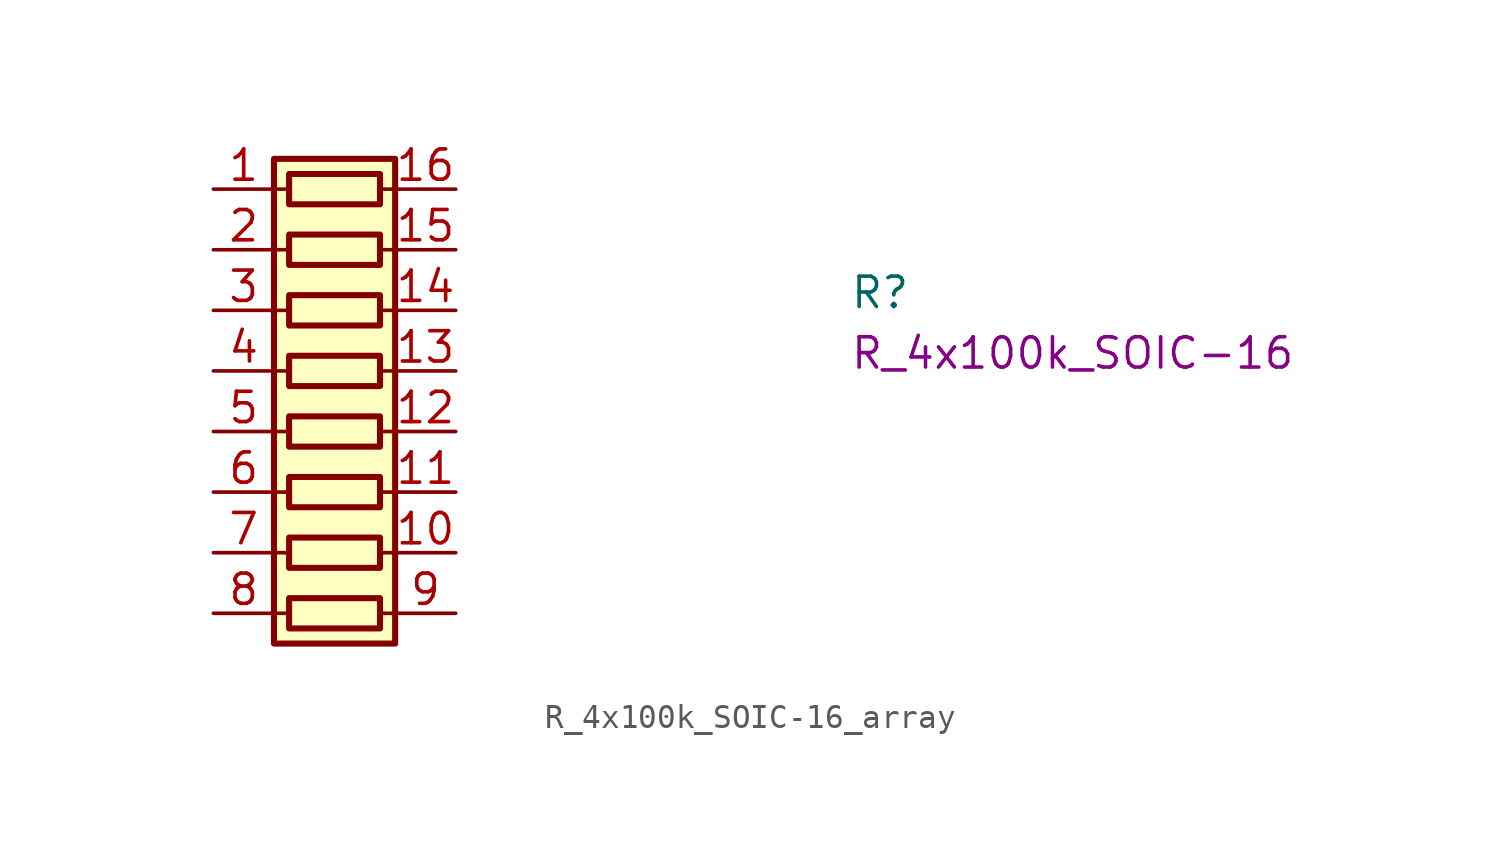
<source format=kicad_sym>
(kicad_symbol_lib
  (version 20220914)
  (generator kicad_symbol_editor)
  (symbol "R_4x100k_SOIC-16_array"
    (pin_names hide)
    (property "Reference" "R"
      (at 26.67 -5.08 0)
      (effects (font (size 1.27 1.27) (thickness 0.15)) (justify left bottom)))
    (property "Val" "R_4x100k_SOIC-16"
      (at 26.67 -7.62 0)
      (effects (font (size 1.27 1.27) (thickness 0.15)) (justify left bottom)))
    (symbol "R_4x100k_SOIC-16_array_0_1"
      (polyline (pts (xy 2.54 -17.78) (xy 3.175 -17.78)) (stroke (width 0) (type default)) (fill (type none)))
      (polyline (pts (xy 2.54 -15.24) (xy 3.175 -15.24)) (stroke (width 0) (type default)) (fill (type none)))
      (polyline (pts (xy 2.54 -12.7) (xy 3.175 -12.7)) (stroke (width 0) (type default)) (fill (type none)))
      (polyline (pts (xy 2.54 -10.16) (xy 3.175 -10.16)) (stroke (width 0) (type default)) (fill (type none)))
      (polyline (pts (xy 2.54 -7.62) (xy 3.175 -7.62)) (stroke (width 0) (type default)) (fill (type none)))
      (polyline (pts (xy 2.54 -5.08) (xy 3.175 -5.08)) (stroke (width 0) (type default)) (fill (type none)))
      (polyline (pts (xy 2.54 -2.54) (xy 3.175 -2.54)) (stroke (width 0) (type default)) (fill (type none)))
      (polyline (pts (xy 2.54 0) (xy 3.175 0)) (stroke (width 0) (type default)) (fill (type none)))
      (polyline (pts (xy 6.985 -17.78) (xy 7.62 -17.78)) (stroke (width 0) (type default)) (fill (type none)))
      (polyline (pts (xy 6.985 -15.24) (xy 7.62 -15.24)) (stroke (width 0) (type default)) (fill (type none)))
      (polyline (pts (xy 6.985 -12.7) (xy 7.62 -12.7)) (stroke (width 0) (type default)) (fill (type none)))
      (polyline (pts (xy 6.985 -10.16) (xy 7.62 -10.16)) (stroke (width 0) (type default)) (fill (type none)))
      (polyline (pts (xy 6.985 -7.62) (xy 7.62 -7.62)) (stroke (width 0) (type default)) (fill (type none)))
      (polyline (pts (xy 6.985 -5.08) (xy 7.62 -5.08)) (stroke (width 0) (type default)) (fill (type none)))
      (polyline (pts (xy 6.985 -2.54) (xy 7.62 -2.54)) (stroke (width 0) (type default)) (fill (type none)))
      (polyline (pts (xy 6.985 0) (xy 7.62 0)) (stroke (width 0) (type default)) (fill (type none)))
      (rectangle (start 2.54 1.27) (end 7.62 -19.05) (stroke (width 0.254) (type default)) (fill (type background)))
      (rectangle (start 6.985 -17.145) (end 3.175 -18.415) (stroke (width 0.254) (type default)) (fill (type none)))
      (rectangle (start 6.985 -14.605) (end 3.175 -15.875) (stroke (width 0.254) (type default)) (fill (type none)))
      (rectangle (start 6.985 -12.065) (end 3.175 -13.335) (stroke (width 0.254) (type default)) (fill (type none)))
      (rectangle (start 6.985 -9.525) (end 3.175 -10.795) (stroke (width 0.254) (type default)) (fill (type none)))
      (rectangle (start 6.985 -6.985) (end 3.175 -8.255) (stroke (width 0.254) (type default)) (fill (type none)))
      (rectangle (start 6.985 -4.445) (end 3.175 -5.715) (stroke (width 0.254) (type default)) (fill (type none)))
      (rectangle (start 6.985 -1.905) (end 3.175 -3.175) (stroke (width 0.254) (type default)) (fill (type none)))
      (rectangle (start 6.985 0.635) (end 3.175 -0.635) (stroke (width 0.254) (type default)) (fill (type none))))
    (symbol "R_4x100k_SOIC-16_array_1_1"
      (pin passive line (at 0 0 0) (length 2.54) (name "R1.1" (effects (font (size 1.27 1.27)))) (number "1" (effects (font (size 1.27 1.27)))))
      (pin passive line (at 10.16 -15.24 180) (length 2.54) (name "R3.2" (effects (font (size 1.27 1.27)))) (number "10" (effects (font (size 1.27 1.27)))))
      (pin passive line (at 10.16 -12.7 180) (length 2.54) (name "R2.2" (effects (font (size 1.27 1.27)))) (number "11" (effects (font (size 1.27 1.27)))))
      (pin passive line (at 10.16 -10.16 180) (length 2.54) (name "R1.2" (effects (font (size 1.27 1.27)))) (number "12" (effects (font (size 1.27 1.27)))))
      (pin passive line (at 10.16 -7.62 180) (length 2.54) (name "R4.2" (effects (font (size 1.27 1.27)))) (number "13" (effects (font (size 1.27 1.27)))))
      (pin passive line (at 10.16 -5.08 180) (length 2.54) (name "R3.2" (effects (font (size 1.27 1.27)))) (number "14" (effects (font (size 1.27 1.27)))))
      (pin passive line (at 10.16 -2.54 180) (length 2.54) (name "R2.2" (effects (font (size 1.27 1.27)))) (number "15" (effects (font (size 1.27 1.27)))))
      (pin passive line (at 10.16 0 180) (length 2.54) (name "R1.2" (effects (font (size 1.27 1.27)))) (number "16" (effects (font (size 1.27 1.27)))))
      (pin passive line (at 0 -2.54 0) (length 2.54) (name "R2.1" (effects (font (size 1.27 1.27)))) (number "2" (effects (font (size 1.27 1.27)))))
      (pin passive line (at 0 -5.08 0) (length 2.54) (name "R3.1" (effects (font (size 1.27 1.27)))) (number "3" (effects (font (size 1.27 1.27)))))
      (pin passive line (at 0 -7.62 0) (length 2.54) (name "R4.1" (effects (font (size 1.27 1.27)))) (number "4" (effects (font (size 1.27 1.27)))))
      (pin passive line (at 0 -10.16 0) (length 2.54) (name "R4.2" (effects (font (size 1.27 1.27)))) (number "5" (effects (font (size 1.27 1.27)))))
      (pin passive line (at 0 -12.7 0) (length 2.54) (name "R3.2" (effects (font (size 1.27 1.27)))) (number "6" (effects (font (size 1.27 1.27)))))
      (pin passive line (at 0 -15.24 0) (length 2.54) (name "R2.2" (effects (font (size 1.27 1.27)))) (number "7" (effects (font (size 1.27 1.27)))))
      (pin passive line (at 0 -17.78 0) (length 2.54) (name "R1.2" (effects (font (size 1.27 1.27)))) (number "8" (effects (font (size 1.27 1.27)))))
      (pin passive line (at 10.16 -17.78 180) (length 2.54) (name "R4.2" (effects (font (size 1.27 1.27)))) (number "9" (effects (font (size 1.27 1.27))))))))
</source>
